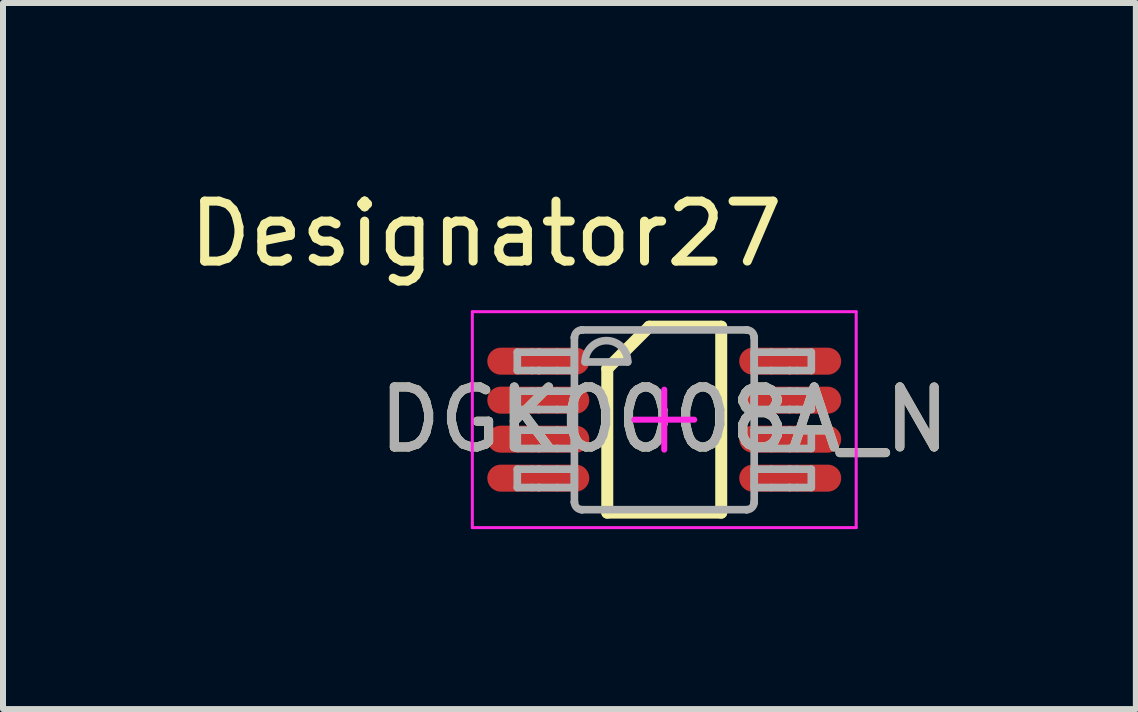
<source format=kicad_pcb>
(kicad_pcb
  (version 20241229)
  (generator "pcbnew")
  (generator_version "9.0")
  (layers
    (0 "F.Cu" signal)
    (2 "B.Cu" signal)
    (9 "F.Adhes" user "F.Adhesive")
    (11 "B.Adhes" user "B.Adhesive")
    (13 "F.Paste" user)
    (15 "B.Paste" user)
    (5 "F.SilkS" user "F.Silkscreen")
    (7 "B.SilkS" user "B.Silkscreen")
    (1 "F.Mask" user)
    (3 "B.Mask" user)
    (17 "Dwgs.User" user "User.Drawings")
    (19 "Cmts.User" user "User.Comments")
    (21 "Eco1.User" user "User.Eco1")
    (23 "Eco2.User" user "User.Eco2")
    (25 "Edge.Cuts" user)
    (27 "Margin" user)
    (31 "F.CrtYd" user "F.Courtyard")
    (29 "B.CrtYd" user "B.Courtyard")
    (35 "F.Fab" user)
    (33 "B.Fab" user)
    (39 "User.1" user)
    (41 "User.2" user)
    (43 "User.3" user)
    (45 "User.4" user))
  (footprint "DGK0008A_N"
    (layer "F.Cu")
    (at 8.025 3.947)
    (property "Reference" "DGK0008A_N" (at 0 0 0) (unlocked yes) (layer "F.SilkS") (effects (font (size 1 1) (thickness 0.15))))
    (attr smd)
    (fp_line (start -0.95 -0.85) (end -0.25 -1.55) (stroke (width 0.2) (type solid)) (layer "F.SilkS"))
    (fp_line (start -0.95 1.55) (end -0.95 -0.85) (stroke (width 0.2) (type solid)) (layer "F.SilkS"))
    (fp_line (start -0.95 1.55) (end 0.95 1.55) (stroke (width 0.2) (type solid)) (layer "F.SilkS"))
    (fp_line (start -0.25 -1.55) (end 0.95 -1.55) (stroke (width 0.2) (type solid)) (layer "F.SilkS"))
    (fp_line (start 0.95 1.55) (end 0.95 -1.55) (stroke (width 0.2) (type solid)) (layer "F.SilkS"))
    (fp_line (start -3.2 -1.8) (end 3.2 -1.8) (stroke (width 0.05) (type solid)) (layer "F.CrtYd"))
    (fp_line (start -3.2 1.8) (end -3.2 -1.8) (stroke (width 0.05) (type solid)) (layer "F.CrtYd"))
    (fp_line (start -3.2 1.8) (end 3.2 1.8) (stroke (width 0.05) (type solid)) (layer "F.CrtYd"))
    (fp_line (start -0.5 -0.000003) (end 0.5 -0.000003) (stroke (width 0.1) (type solid)) (layer "F.CrtYd"))
    (fp_line (start 0.000003 0.5) (end 0.000003 -0.5) (stroke (width 0.1) (type solid)) (layer "F.CrtYd"))
    (fp_line (start 3.2 1.8) (end 3.2 -1.8) (stroke (width 0.05) (type solid)) (layer "F.CrtYd"))
    (fp_line (start -2.45 -1.125) (end -2.21 -1.125) (stroke (width 0.127) (type solid)) (layer "F.Fab"))
    (fp_line (start -2.45 -0.82) (end -2.45 -1.125) (stroke (width 0.127) (type solid)) (layer "F.Fab"))
    (fp_line (start -2.45 -0.82) (end -2.21 -0.82) (stroke (width 0.127) (type solid)) (layer "F.Fab"))
    (fp_line (start -2.45 -0.475) (end -2.21 -0.475) (stroke (width 0.127) (type solid)) (layer "F.Fab"))
    (fp_line (start -2.45 -0.17) (end -2.45 -0.475) (stroke (width 0.127) (type solid)) (layer "F.Fab"))
    (fp_line (start -2.45 -0.17) (end -2.21 -0.17) (stroke (width 0.127) (type solid)) (layer "F.Fab"))
    (fp_line (start -2.45 0.175) (end -2.21 0.175) (stroke (width 0.127) (type solid)) (layer "F.Fab"))
    (fp_line (start -2.45 0.48) (end -2.45 0.175) (stroke (width 0.127) (type solid)) (layer "F.Fab"))
    (fp_line (start -2.45 0.48) (end -2.21 0.48) (stroke (width 0.127) (type solid)) (layer "F.Fab"))
    (fp_line (start -2.45 0.826) (end -2.21 0.826) (stroke (width 0.127) (type solid)) (layer "F.Fab"))
    (fp_line (start -2.45 1.131) (end -2.45 0.826) (stroke (width 0.127) (type solid)) (layer "F.Fab"))
    (fp_line (start -2.45 1.131) (end -2.21 1.131) (stroke (width 0.127) (type solid)) (layer "F.Fab"))
    (fp_line (start -2.21 -1.125) (end -2.091 -1.125) (stroke (width 0.127) (type solid)) (layer "F.Fab"))
    (fp_line (start -2.21 -0.82) (end -2.091 -0.82) (stroke (width 0.127) (type solid)) (layer "F.Fab"))
    (fp_line (start -2.21 -0.475) (end -2.091 -0.475) (stroke (width 0.127) (type solid)) (layer "F.Fab"))
    (fp_line (start -2.21 -0.17) (end -2.091 -0.17) (stroke (width 0.127) (type solid)) (layer "F.Fab"))
    (fp_line (start -2.21 0.175) (end -2.091 0.175) (stroke (width 0.127) (type solid)) (layer "F.Fab"))
    (fp_line (start -2.21 0.48) (end -2.091 0.48) (stroke (width 0.127) (type solid)) (layer "F.Fab"))
    (fp_line (start -2.21 0.826) (end -2.091 0.826) (stroke (width 0.127) (type solid)) (layer "F.Fab"))
    (fp_line (start -2.21 1.131) (end -2.091 1.131) (stroke (width 0.127) (type solid)) (layer "F.Fab"))
    (fp_line (start -2.091 -1.125) (end -2.087 -1.125) (stroke (width 0.127) (type solid)) (layer "F.Fab"))
    (fp_line (start -2.091 -0.82) (end -2.087 -0.82) (stroke (width 0.127) (type solid)) (layer "F.Fab"))
    (fp_line (start -2.091 -0.475) (end -2.087 -0.475) (stroke (width 0.127) (type solid)) (layer "F.Fab"))
    (fp_line (start -2.091 -0.17) (end -2.087 -0.17) (stroke (width 0.127) (type solid)) (layer "F.Fab"))
    (fp_line (start -2.091 0.175) (end -2.087 0.175) (stroke (width 0.127) (type solid)) (layer "F.Fab"))
    (fp_line (start -2.091 0.48) (end -2.087 0.48) (stroke (width 0.127) (type solid)) (layer "F.Fab"))
    (fp_line (start -2.091 0.826) (end -2.087 0.826) (stroke (width 0.127) (type solid)) (layer "F.Fab"))
    (fp_line (start -2.091 1.131) (end -2.087 1.131) (stroke (width 0.127) (type solid)) (layer "F.Fab"))
    (fp_line (start -2.087 -1.125) (end -1.784 -1.125) (stroke (width 0.127) (type solid)) (layer "F.Fab"))
    (fp_line (start -2.087 -0.82) (end -1.784 -0.82) (stroke (width 0.127) (type solid)) (layer "F.Fab"))
    (fp_line (start -2.087 -0.475) (end -1.784 -0.475) (stroke (width 0.127) (type solid)) (layer "F.Fab"))
    (fp_line (start -2.087 -0.17) (end -1.784 -0.17) (stroke (width 0.127) (type solid)) (layer "F.Fab"))
    (fp_line (start -2.087 0.175) (end -1.784 0.175) (stroke (width 0.127) (type solid)) (layer "F.Fab"))
    (fp_line (start -2.087 0.48) (end -1.784 0.48) (stroke (width 0.127) (type solid)) (layer "F.Fab"))
    (fp_line (start -2.087 0.826) (end -1.784 0.826) (stroke (width 0.127) (type solid)) (layer "F.Fab"))
    (fp_line (start -2.087 1.131) (end -1.784 1.131) (stroke (width 0.127) (type solid)) (layer "F.Fab"))
    (fp_line (start -1.784 -1.125) (end -1.498 -1.125) (stroke (width 0.127) (type solid)) (layer "F.Fab"))
    (fp_line (start -1.784 -0.82) (end -1.498 -0.82) (stroke (width 0.127) (type solid)) (layer "F.Fab"))
    (fp_line (start -1.784 -0.475) (end -1.498 -0.475) (stroke (width 0.127) (type solid)) (layer "F.Fab"))
    (fp_line (start -1.784 -0.17) (end -1.498 -0.17) (stroke (width 0.127) (type solid)) (layer "F.Fab"))
    (fp_line (start -1.784 0.175) (end -1.498 0.175) (stroke (width 0.127) (type solid)) (layer "F.Fab"))
    (fp_line (start -1.784 0.48) (end -1.498 0.48) (stroke (width 0.127) (type solid)) (layer "F.Fab"))
    (fp_line (start -1.784 0.826) (end -1.498 0.826) (stroke (width 0.127) (type solid)) (layer "F.Fab"))
    (fp_line (start -1.784 1.131) (end -1.498 1.131) (stroke (width 0.127) (type solid)) (layer "F.Fab"))
    (fp_line (start -1.498 -1.369) (end -1.497 -1.372) (stroke (width 0.127) (type solid)) (layer "F.Fab"))
    (fp_line (start -1.498 -0.82) (end -1.498 -1.125) (stroke (width 0.127) (type solid)) (layer "F.Fab"))
    (fp_line (start -1.498 -0.17) (end -1.498 -0.475) (stroke (width 0.127) (type solid)) (layer "F.Fab"))
    (fp_line (start -1.498 0.48) (end -1.498 0.175) (stroke (width 0.127) (type solid)) (layer "F.Fab"))
    (fp_line (start -1.498 1.131) (end -1.498 0.826) (stroke (width 0.127) (type solid)) (layer "F.Fab"))
    (fp_line (start -1.498 1.374) (end -1.498 -1.369) (stroke (width 0.127) (type solid)) (layer "F.Fab"))
    (fp_line (start -1.498 1.374) (end -1.497 1.377) (stroke (width 0.127) (type solid)) (layer "F.Fab"))
    (fp_line (start -1.373 -1.496) (end -1.371 -1.496) (stroke (width 0.127) (type solid)) (layer "F.Fab"))
    (fp_line (start -1.373 1.501) (end -1.371 1.501) (stroke (width 0.127) (type solid)) (layer "F.Fab"))
    (fp_line (start -1.371 -1.496) (end 1.373 -1.496) (stroke (width 0.127) (type solid)) (layer "F.Fab"))
    (fp_line (start -1.371 1.501) (end 1.373 1.501) (stroke (width 0.127) (type solid)) (layer "F.Fab"))
    (fp_line (start -1.32 -0.962) (end -0.609 -0.962) (stroke (width 0.127) (type solid)) (layer "F.Fab"))
    (fp_line (start 1.373 -1.496) (end 1.375 -1.496) (stroke (width 0.127) (type solid)) (layer "F.Fab"))
    (fp_line (start 1.373 1.501) (end 1.375 1.501) (stroke (width 0.127) (type solid)) (layer "F.Fab"))
    (fp_line (start 1.5 -1.372) (end 1.5 -1.369) (stroke (width 0.127) (type solid)) (layer "F.Fab"))
    (fp_line (start 1.5 1.377) (end 1.5 1.374) (stroke (width 0.127) (type solid)) (layer "F.Fab"))
    (fp_line (start 1.5 -1.125) (end 1.786 -1.125) (stroke (width 0.127) (type solid)) (layer "F.Fab"))
    (fp_line (start 1.5 -0.82) (end 1.5 -1.125) (stroke (width 0.127) (type solid)) (layer "F.Fab"))
    (fp_line (start 1.5 -0.82) (end 1.786 -0.82) (stroke (width 0.127) (type solid)) (layer "F.Fab"))
    (fp_line (start 1.5 -0.475) (end 1.786 -0.475) (stroke (width 0.127) (type solid)) (layer "F.Fab"))
    (fp_line (start 1.5 -0.17) (end 1.5 -0.475) (stroke (width 0.127) (type solid)) (layer "F.Fab"))
    (fp_line (start 1.5 -0.17) (end 1.786 -0.17) (stroke (width 0.127) (type solid)) (layer "F.Fab"))
    (fp_line (start 1.5 0.175) (end 1.786 0.175) (stroke (width 0.127) (type solid)) (layer "F.Fab"))
    (fp_line (start 1.5 0.48) (end 1.5 0.175) (stroke (width 0.127) (type solid)) (layer "F.Fab"))
    (fp_line (start 1.5 0.48) (end 1.786 0.48) (stroke (width 0.127) (type solid)) (layer "F.Fab"))
    (fp_line (start 1.5 0.826) (end 1.786 0.826) (stroke (width 0.127) (type solid)) (layer "F.Fab"))
    (fp_line (start 1.5 1.131) (end 1.5 0.826) (stroke (width 0.127) (type solid)) (layer "F.Fab"))
    (fp_line (start 1.5 1.131) (end 1.786 1.131) (stroke (width 0.127) (type solid)) (layer "F.Fab"))
    (fp_line (start 1.5 1.374) (end 1.5 -1.369) (stroke (width 0.127) (type solid)) (layer "F.Fab"))
    (fp_line (start 1.786 -1.125) (end 2.089 -1.125) (stroke (width 0.127) (type solid)) (layer "F.Fab"))
    (fp_line (start 1.786 -0.82) (end 2.089 -0.82) (stroke (width 0.127) (type solid)) (layer "F.Fab"))
    (fp_line (start 1.786 -0.475) (end 2.089 -0.475) (stroke (width 0.127) (type solid)) (layer "F.Fab"))
    (fp_line (start 1.786 -0.17) (end 2.089 -0.17) (stroke (width 0.127) (type solid)) (layer "F.Fab"))
    (fp_line (start 1.786 0.175) (end 2.089 0.175) (stroke (width 0.127) (type solid)) (layer "F.Fab"))
    (fp_line (start 1.786 0.48) (end 2.089 0.48) (stroke (width 0.127) (type solid)) (layer "F.Fab"))
    (fp_line (start 1.786 0.826) (end 2.089 0.826) (stroke (width 0.127) (type solid)) (layer "F.Fab"))
    (fp_line (start 1.786 1.131) (end 2.089 1.131) (stroke (width 0.127) (type solid)) (layer "F.Fab"))
    (fp_line (start 2.089 -1.125) (end 2.093 -1.125) (stroke (width 0.127) (type solid)) (layer "F.Fab"))
    (fp_line (start 2.089 -0.82) (end 2.093 -0.82) (stroke (width 0.127) (type solid)) (layer "F.Fab"))
    (fp_line (start 2.089 -0.475) (end 2.093 -0.475) (stroke (width 0.127) (type solid)) (layer "F.Fab"))
    (fp_line (start 2.089 -0.17) (end 2.093 -0.17) (stroke (width 0.127) (type solid)) (layer "F.Fab"))
    (fp_line (start 2.089 0.175) (end 2.093 0.175) (stroke (width 0.127) (type solid)) (layer "F.Fab"))
    (fp_line (start 2.089 0.48) (end 2.093 0.48) (stroke (width 0.127) (type solid)) (layer "F.Fab"))
    (fp_line (start 2.089 0.826) (end 2.093 0.826) (stroke (width 0.127) (type solid)) (layer "F.Fab"))
    (fp_line (start 2.089 1.131) (end 2.093 1.131) (stroke (width 0.127) (type solid)) (layer "F.Fab"))
    (fp_line (start 2.093 -1.125) (end 2.213 -1.125) (stroke (width 0.127) (type solid)) (layer "F.Fab"))
    (fp_line (start 2.093 -0.82) (end 2.213 -0.82) (stroke (width 0.127) (type solid)) (layer "F.Fab"))
    (fp_line (start 2.093 -0.475) (end 2.213 -0.475) (stroke (width 0.127) (type solid)) (layer "F.Fab"))
    (fp_line (start 2.093 -0.17) (end 2.213 -0.17) (stroke (width 0.127) (type solid)) (layer "F.Fab"))
    (fp_line (start 2.093 0.175) (end 2.213 0.175) (stroke (width 0.127) (type solid)) (layer "F.Fab"))
    (fp_line (start 2.093 0.48) (end 2.213 0.48) (stroke (width 0.127) (type solid)) (layer "F.Fab"))
    (fp_line (start 2.093 0.826) (end 2.213 0.826) (stroke (width 0.127) (type solid)) (layer "F.Fab"))
    (fp_line (start 2.093 1.131) (end 2.213 1.131) (stroke (width 0.127) (type solid)) (layer "F.Fab"))
    (fp_line (start 2.213 -1.125) (end 2.452 -1.125) (stroke (width 0.127) (type solid)) (layer "F.Fab"))
    (fp_line (start 2.213 -0.82) (end 2.452 -0.82) (stroke (width 0.127) (type solid)) (layer "F.Fab"))
    (fp_line (start 2.213 -0.475) (end 2.452 -0.475) (stroke (width 0.127) (type solid)) (layer "F.Fab"))
    (fp_line (start 2.213 -0.17) (end 2.452 -0.17) (stroke (width 0.127) (type solid)) (layer "F.Fab"))
    (fp_line (start 2.213 0.175) (end 2.452 0.175) (stroke (width 0.127) (type solid)) (layer "F.Fab"))
    (fp_line (start 2.213 0.48) (end 2.452 0.48) (stroke (width 0.127) (type solid)) (layer "F.Fab"))
    (fp_line (start 2.213 0.826) (end 2.452 0.826) (stroke (width 0.127) (type solid)) (layer "F.Fab"))
    (fp_line (start 2.213 1.131) (end 2.452 1.131) (stroke (width 0.127) (type solid)) (layer "F.Fab"))
    (fp_line (start 2.452 -0.82) (end 2.452 -1.125) (stroke (width 0.127) (type solid)) (layer "F.Fab"))
    (fp_line (start 2.452 -0.17) (end 2.452 -0.475) (stroke (width 0.127) (type solid)) (layer "F.Fab"))
    (fp_line (start 2.452 0.48) (end 2.452 0.175) (stroke (width 0.127) (type solid)) (layer "F.Fab"))
    (fp_line (start 2.452 1.131) (end 2.452 0.826) (stroke (width 0.127) (type solid)) (layer "F.Fab"))
    (fp_arc (start -1.497476 -1.371582) (mid -1.460306 -1.458644) (end -1.373243 -1.495814) (stroke (width 0.127) (type solid)) (layer "F.Fab"))
    (fp_arc (start -1.373243 1.501336) (mid -1.460306 1.464166) (end -1.497476 1.377104) (stroke (width 0.127) (type solid)) (layer "F.Fab"))
    (fp_arc (start -1.3197 -0.962439) (mid -0.9641 -1.318039) (end -0.6085 -0.962439) (stroke (width 0.127) (type solid)) (layer "F.Fab"))
    (fp_arc (start 1.375443 -1.495814) (mid 1.462505 -1.458644) (end 1.499675 -1.371582) (stroke (width 0.127) (type solid)) (layer "F.Fab"))
    (fp_arc (start 1.499675 1.377104) (mid 1.462505 1.464166) (end 1.375443 1.501336) (stroke (width 0.127) (type solid)) (layer "F.Fab"))
    (fp_text user "Designator27" (at -2.972 -3.099 0) (unlocked yes) (layer "F.SilkS") (effects (font (size 1 1) (thickness 0.15))))
    (fp_text user "${REFERENCE}" (at 0 0 0) (unlocked yes) (layer "F.Fab") (effects (font (size 1 1) (thickness 0.15))))
    (pad "1" smd oval (at -2.1 -0.975 90) (size 0.45 1.7) (layers "F.Cu" "F.Mask" "F.Paste"))
    (pad "2" smd oval (at -2.1 -0.325 90) (size 0.45 1.7) (layers "F.Cu" "F.Mask" "F.Paste"))
    (pad "3" smd oval (at -2.1 0.325 90) (size 0.45 1.7) (layers "F.Cu" "F.Mask" "F.Paste"))
    (pad "4" smd oval (at -2.1 0.975 90) (size 0.45 1.7) (layers "F.Cu" "F.Mask" "F.Paste"))
    (pad "5" smd oval (at 2.1 0.975 90) (size 0.45 1.7) (layers "F.Cu" "F.Mask" "F.Paste"))
    (pad "6" smd oval (at 2.1 0.325 90) (size 0.45 1.7) (layers "F.Cu" "F.Mask" "F.Paste"))
    (pad "7" smd oval (at 2.1 -0.325 90) (size 0.45 1.7) (layers "F.Cu" "F.Mask" "F.Paste"))
    (pad "8" smd oval (at 2.1 -0.975 90) (size 0.45 1.7) (layers "F.Cu" "F.Mask" "F.Paste")))
  (gr_rect
    (start -3 -3)
    (end 15.888 8.772)
    (stroke (width 0.1) (type default))
    (fill no)
    (layer "Edge.Cuts")))
</source>
